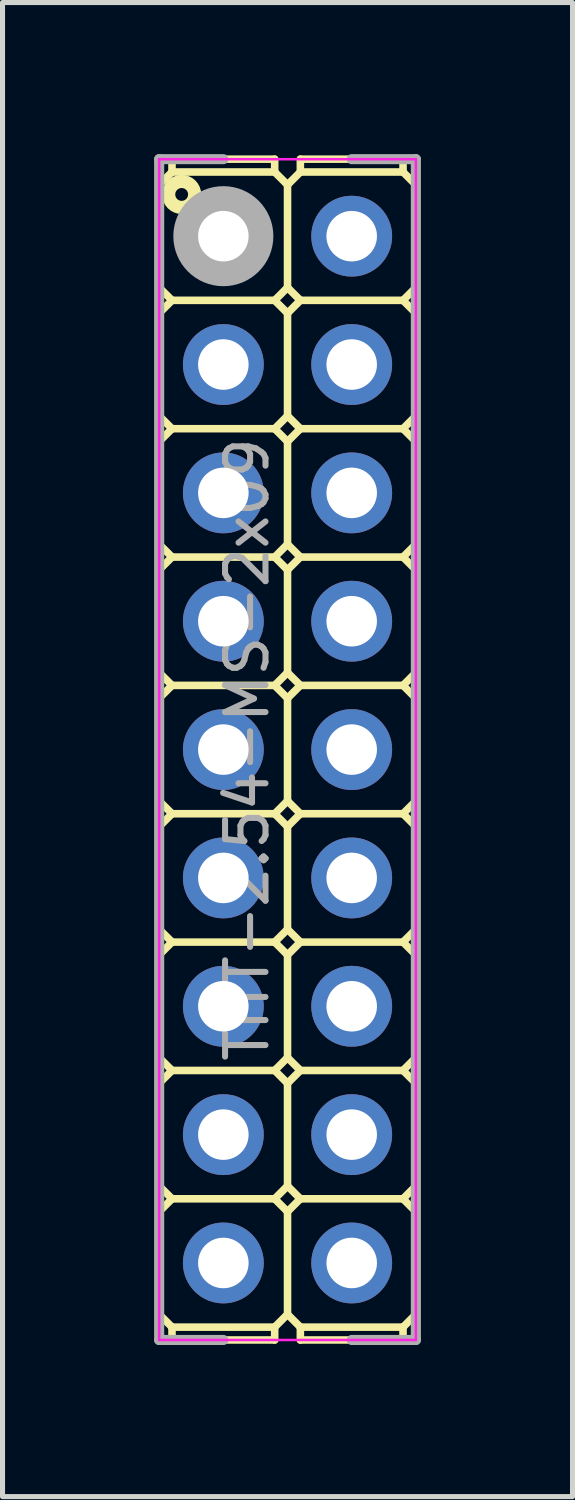
<source format=kicad_pcb>
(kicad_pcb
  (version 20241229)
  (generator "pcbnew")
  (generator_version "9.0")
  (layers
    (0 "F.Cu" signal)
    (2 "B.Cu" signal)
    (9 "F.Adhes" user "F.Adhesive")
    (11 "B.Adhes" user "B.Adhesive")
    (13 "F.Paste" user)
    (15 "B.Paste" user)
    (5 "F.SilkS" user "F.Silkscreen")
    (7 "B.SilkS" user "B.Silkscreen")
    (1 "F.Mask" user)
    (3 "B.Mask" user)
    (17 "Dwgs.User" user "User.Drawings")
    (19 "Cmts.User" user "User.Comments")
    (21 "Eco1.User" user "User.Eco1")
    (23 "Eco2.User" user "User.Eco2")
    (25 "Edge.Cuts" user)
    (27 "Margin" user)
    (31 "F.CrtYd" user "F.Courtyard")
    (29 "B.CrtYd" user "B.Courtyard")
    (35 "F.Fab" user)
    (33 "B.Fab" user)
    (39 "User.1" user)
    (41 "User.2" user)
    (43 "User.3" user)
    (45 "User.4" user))
  (footprint "THT-2.54-MS-2x09"
    (layer "F.Cu")
    (at 2.64 11.784)
    (property "Reference" "THT-2.54-MS-2x09" (at -0.8 0 270) (layer "F.Fab") (effects (font (size 0.8 0.8) (thickness 0.12))))
    (attr through_hole)
    (fp_line (start -2.54 -11.176) (end -2.54 -9.144) (stroke (width 0.15) (type solid)) (layer "F.SilkS"))
    (fp_line (start -2.54 -11.176) (end -2.286 -11.43) (stroke (width 0.15) (type solid)) (layer "F.SilkS"))
    (fp_line (start -2.54 -9.144) (end -2.286 -8.89) (stroke (width 0.15) (type solid)) (layer "F.SilkS"))
    (fp_line (start -2.54 -8.636) (end -2.54 -6.604) (stroke (width 0.15) (type solid)) (layer "F.SilkS"))
    (fp_line (start -2.54 -6.604) (end -2.286 -6.35) (stroke (width 0.15) (type solid)) (layer "F.SilkS"))
    (fp_line (start -2.54 -6.096) (end -2.54 -4.064) (stroke (width 0.15) (type solid)) (layer "F.SilkS"))
    (fp_line (start -2.54 -4.064) (end -2.286 -3.81) (stroke (width 0.15) (type solid)) (layer "F.SilkS"))
    (fp_line (start -2.54 -3.556) (end -2.54 -1.524) (stroke (width 0.15) (type solid)) (layer "F.SilkS"))
    (fp_line (start -2.54 -1.524) (end -2.286 -1.27) (stroke (width 0.15) (type solid)) (layer "F.SilkS"))
    (fp_line (start -2.54 -1.016) (end -2.54 1.016) (stroke (width 0.15) (type solid)) (layer "F.SilkS"))
    (fp_line (start -2.54 1.016) (end -2.286 1.27) (stroke (width 0.15) (type solid)) (layer "F.SilkS"))
    (fp_line (start -2.54 1.524) (end -2.54 3.556) (stroke (width 0.15) (type solid)) (layer "F.SilkS"))
    (fp_line (start -2.54 3.556) (end -2.286 3.81) (stroke (width 0.15) (type solid)) (layer "F.SilkS"))
    (fp_line (start -2.54 4.064) (end -2.54 6.096) (stroke (width 0.15) (type solid)) (layer "F.SilkS"))
    (fp_line (start -2.54 6.096) (end -2.286 6.35) (stroke (width 0.15) (type solid)) (layer "F.SilkS"))
    (fp_line (start -2.54 6.604) (end -2.54 8.636) (stroke (width 0.15) (type solid)) (layer "F.SilkS"))
    (fp_line (start -2.54 8.636) (end -2.286 8.89) (stroke (width 0.15) (type solid)) (layer "F.SilkS"))
    (fp_line (start -2.54 9.144) (end -2.54 11.176) (stroke (width 0.15) (type solid)) (layer "F.SilkS"))
    (fp_line (start -2.54 11.176) (end -2.286 11.43) (stroke (width 0.15) (type solid)) (layer "F.SilkS"))
    (fp_line (start -2.286 -11.684) (end -0.254 -11.684) (stroke (width 0.15) (type solid)) (layer "F.SilkS"))
    (fp_line (start -2.286 -11.43) (end -2.286 -11.684) (stroke (width 0.15) (type solid)) (layer "F.SilkS"))
    (fp_line (start -2.286 -11.43) (end -0.254 -11.43) (stroke (width 0.15) (type solid)) (layer "F.SilkS"))
    (fp_line (start -2.286 -8.89) (end -2.54 -8.636) (stroke (width 0.15) (type solid)) (layer "F.SilkS"))
    (fp_line (start -2.286 -6.35) (end -2.54 -6.096) (stroke (width 0.15) (type solid)) (layer "F.SilkS"))
    (fp_line (start -2.286 -6.35) (end -0.254 -6.35) (stroke (width 0.15) (type solid)) (layer "F.SilkS"))
    (fp_line (start -2.286 -3.81) (end -2.54 -3.556) (stroke (width 0.15) (type solid)) (layer "F.SilkS"))
    (fp_line (start -2.286 -1.27) (end -2.54 -1.016) (stroke (width 0.15) (type solid)) (layer "F.SilkS"))
    (fp_line (start -2.286 1.27) (end -2.54 1.524) (stroke (width 0.15) (type solid)) (layer "F.SilkS"))
    (fp_line (start -2.286 3.81) (end -2.54 4.064) (stroke (width 0.15) (type solid)) (layer "F.SilkS"))
    (fp_line (start -2.286 6.35) (end -2.54 6.604) (stroke (width 0.15) (type solid)) (layer "F.SilkS"))
    (fp_line (start -2.286 8.89) (end -2.54 9.144) (stroke (width 0.15) (type solid)) (layer "F.SilkS"))
    (fp_line (start -2.286 11.43) (end -2.286 11.684) (stroke (width 0.15) (type solid)) (layer "F.SilkS"))
    (fp_line (start -2.286 11.684) (end -0.254 11.684) (stroke (width 0.15) (type solid)) (layer "F.SilkS"))
    (fp_line (start -0.254 -11.684) (end -0.254 -11.43) (stroke (width 0.15) (type solid)) (layer "F.SilkS"))
    (fp_line (start -0.254 -11.43) (end 0 -11.176) (stroke (width 0.15) (type solid)) (layer "F.SilkS"))
    (fp_line (start -0.254 -8.89) (end -2.286 -8.89) (stroke (width 0.15) (type solid)) (layer "F.SilkS"))
    (fp_line (start -0.254 -6.35) (end 0 -6.604) (stroke (width 0.15) (type solid)) (layer "F.SilkS"))
    (fp_line (start -0.254 -3.81) (end -2.286 -3.81) (stroke (width 0.15) (type solid)) (layer "F.SilkS"))
    (fp_line (start -0.254 -3.81) (end 0 -4.064) (stroke (width 0.15) (type solid)) (layer "F.SilkS"))
    (fp_line (start -0.254 -1.27) (end -2.286 -1.27) (stroke (width 0.15) (type solid)) (layer "F.SilkS"))
    (fp_line (start -0.254 -1.27) (end 0 -1.524) (stroke (width 0.15) (type solid)) (layer "F.SilkS"))
    (fp_line (start -0.254 1.27) (end -2.286 1.27) (stroke (width 0.15) (type solid)) (layer "F.SilkS"))
    (fp_line (start -0.254 1.27) (end 0 1.016) (stroke (width 0.15) (type solid)) (layer "F.SilkS"))
    (fp_line (start -0.254 3.81) (end -2.286 3.81) (stroke (width 0.15) (type solid)) (layer "F.SilkS"))
    (fp_line (start -0.254 3.81) (end 0 3.556) (stroke (width 0.15) (type solid)) (layer "F.SilkS"))
    (fp_line (start -0.254 6.35) (end -2.286 6.35) (stroke (width 0.15) (type solid)) (layer "F.SilkS"))
    (fp_line (start -0.254 6.35) (end 0 6.096) (stroke (width 0.15) (type solid)) (layer "F.SilkS"))
    (fp_line (start -0.254 8.89) (end -2.286 8.89) (stroke (width 0.15) (type solid)) (layer "F.SilkS"))
    (fp_line (start -0.254 8.89) (end 0 8.636) (stroke (width 0.15) (type solid)) (layer "F.SilkS"))
    (fp_line (start -0.254 11.43) (end -2.286 11.43) (stroke (width 0.15) (type solid)) (layer "F.SilkS"))
    (fp_line (start -0.254 11.43) (end 0 11.176) (stroke (width 0.15) (type solid)) (layer "F.SilkS"))
    (fp_line (start -0.254 11.684) (end -0.254 11.43) (stroke (width 0.15) (type solid)) (layer "F.SilkS"))
    (fp_line (start 0 -11.176) (end 0 -9.144) (stroke (width 0.15) (type solid)) (layer "F.SilkS"))
    (fp_line (start 0 -11.176) (end 0.254 -11.43) (stroke (width 0.15) (type solid)) (layer "F.SilkS"))
    (fp_line (start 0 -9.144) (end -0.254 -8.89) (stroke (width 0.15) (type solid)) (layer "F.SilkS"))
    (fp_line (start 0 -9.144) (end 0.254 -8.89) (stroke (width 0.15) (type solid)) (layer "F.SilkS"))
    (fp_line (start 0 -8.636) (end -0.254 -8.89) (stroke (width 0.15) (type solid)) (layer "F.SilkS"))
    (fp_line (start 0 -6.604) (end 0 -8.636) (stroke (width 0.15) (type solid)) (layer "F.SilkS"))
    (fp_line (start 0 -6.604) (end 0.254 -6.35) (stroke (width 0.15) (type solid)) (layer "F.SilkS"))
    (fp_line (start 0 -6.096) (end -0.254 -6.35) (stroke (width 0.15) (type solid)) (layer "F.SilkS"))
    (fp_line (start 0 -4.064) (end 0 -6.096) (stroke (width 0.15) (type solid)) (layer "F.SilkS"))
    (fp_line (start 0 -4.064) (end 0.254 -3.81) (stroke (width 0.15) (type solid)) (layer "F.SilkS"))
    (fp_line (start 0 -3.556) (end -0.254 -3.81) (stroke (width 0.15) (type solid)) (layer "F.SilkS"))
    (fp_line (start 0 -1.524) (end 0 -3.556) (stroke (width 0.15) (type solid)) (layer "F.SilkS"))
    (fp_line (start 0 -1.524) (end 0.254 -1.27) (stroke (width 0.15) (type solid)) (layer "F.SilkS"))
    (fp_line (start 0 -1.016) (end -0.254 -1.27) (stroke (width 0.15) (type solid)) (layer "F.SilkS"))
    (fp_line (start 0 1.016) (end 0 -1.016) (stroke (width 0.15) (type solid)) (layer "F.SilkS"))
    (fp_line (start 0 1.016) (end 0.254 1.27) (stroke (width 0.15) (type solid)) (layer "F.SilkS"))
    (fp_line (start 0 1.524) (end -0.254 1.27) (stroke (width 0.15) (type solid)) (layer "F.SilkS"))
    (fp_line (start 0 3.556) (end 0 1.524) (stroke (width 0.15) (type solid)) (layer "F.SilkS"))
    (fp_line (start 0 3.556) (end 0.254 3.81) (stroke (width 0.15) (type solid)) (layer "F.SilkS"))
    (fp_line (start 0 4.064) (end -0.254 3.81) (stroke (width 0.15) (type solid)) (layer "F.SilkS"))
    (fp_line (start 0 6.096) (end 0 4.064) (stroke (width 0.15) (type solid)) (layer "F.SilkS"))
    (fp_line (start 0 6.096) (end 0.254 6.35) (stroke (width 0.15) (type solid)) (layer "F.SilkS"))
    (fp_line (start 0 6.604) (end -0.254 6.35) (stroke (width 0.15) (type solid)) (layer "F.SilkS"))
    (fp_line (start 0 8.636) (end 0 6.604) (stroke (width 0.15) (type solid)) (layer "F.SilkS"))
    (fp_line (start 0 8.636) (end 0.254 8.89) (stroke (width 0.15) (type solid)) (layer "F.SilkS"))
    (fp_line (start 0 9.144) (end -0.254 8.89) (stroke (width 0.15) (type solid)) (layer "F.SilkS"))
    (fp_line (start 0 11.176) (end 0 9.144) (stroke (width 0.15) (type solid)) (layer "F.SilkS"))
    (fp_line (start 0 11.176) (end 0.254 11.43) (stroke (width 0.15) (type solid)) (layer "F.SilkS"))
    (fp_line (start 0.254 -11.684) (end 2.286 -11.684) (stroke (width 0.15) (type solid)) (layer "F.SilkS"))
    (fp_line (start 0.254 -11.43) (end 0.254 -11.684) (stroke (width 0.15) (type solid)) (layer "F.SilkS"))
    (fp_line (start 0.254 -11.43) (end 2.286 -11.43) (stroke (width 0.15) (type solid)) (layer "F.SilkS"))
    (fp_line (start 0.254 -8.89) (end 0 -8.636) (stroke (width 0.15) (type solid)) (layer "F.SilkS"))
    (fp_line (start 0.254 -6.35) (end 0 -6.096) (stroke (width 0.15) (type solid)) (layer "F.SilkS"))
    (fp_line (start 0.254 -6.35) (end 2.286 -6.35) (stroke (width 0.15) (type solid)) (layer "F.SilkS"))
    (fp_line (start 0.254 -3.81) (end 0 -3.556) (stroke (width 0.15) (type solid)) (layer "F.SilkS"))
    (fp_line (start 0.254 -1.27) (end 0 -1.016) (stroke (width 0.15) (type solid)) (layer "F.SilkS"))
    (fp_line (start 0.254 1.27) (end 0 1.524) (stroke (width 0.15) (type solid)) (layer "F.SilkS"))
    (fp_line (start 0.254 3.81) (end 0 4.064) (stroke (width 0.15) (type solid)) (layer "F.SilkS"))
    (fp_line (start 0.254 6.35) (end 0 6.604) (stroke (width 0.15) (type solid)) (layer "F.SilkS"))
    (fp_line (start 0.254 8.89) (end 0 9.144) (stroke (width 0.15) (type solid)) (layer "F.SilkS"))
    (fp_line (start 0.254 11.43) (end 0.254 11.684) (stroke (width 0.15) (type solid)) (layer "F.SilkS"))
    (fp_line (start 0.254 11.684) (end 2.286 11.684) (stroke (width 0.15) (type solid)) (layer "F.SilkS"))
    (fp_line (start 2.286 -11.684) (end 2.286 -11.43) (stroke (width 0.15) (type solid)) (layer "F.SilkS"))
    (fp_line (start 2.286 -11.43) (end 2.54 -11.176) (stroke (width 0.15) (type solid)) (layer "F.SilkS"))
    (fp_line (start 2.286 -8.89) (end 0.254 -8.89) (stroke (width 0.15) (type solid)) (layer "F.SilkS"))
    (fp_line (start 2.286 -6.35) (end 2.54 -6.604) (stroke (width 0.15) (type solid)) (layer "F.SilkS"))
    (fp_line (start 2.286 -3.81) (end 0.254 -3.81) (stroke (width 0.15) (type solid)) (layer "F.SilkS"))
    (fp_line (start 2.286 -3.81) (end 2.54 -4.064) (stroke (width 0.15) (type solid)) (layer "F.SilkS"))
    (fp_line (start 2.286 -1.27) (end 0.254 -1.27) (stroke (width 0.15) (type solid)) (layer "F.SilkS"))
    (fp_line (start 2.286 -1.27) (end 2.54 -1.524) (stroke (width 0.15) (type solid)) (layer "F.SilkS"))
    (fp_line (start 2.286 1.27) (end 0.254 1.27) (stroke (width 0.15) (type solid)) (layer "F.SilkS"))
    (fp_line (start 2.286 1.27) (end 2.54 1.016) (stroke (width 0.15) (type solid)) (layer "F.SilkS"))
    (fp_line (start 2.286 3.81) (end 0.254 3.81) (stroke (width 0.15) (type solid)) (layer "F.SilkS"))
    (fp_line (start 2.286 3.81) (end 2.54 3.556) (stroke (width 0.15) (type solid)) (layer "F.SilkS"))
    (fp_line (start 2.286 6.35) (end 0.254 6.35) (stroke (width 0.15) (type solid)) (layer "F.SilkS"))
    (fp_line (start 2.286 6.35) (end 2.54 6.096) (stroke (width 0.15) (type solid)) (layer "F.SilkS"))
    (fp_line (start 2.286 8.89) (end 0.254 8.89) (stroke (width 0.15) (type solid)) (layer "F.SilkS"))
    (fp_line (start 2.286 8.89) (end 2.54 8.636) (stroke (width 0.15) (type solid)) (layer "F.SilkS"))
    (fp_line (start 2.286 11.43) (end 0.254 11.43) (stroke (width 0.15) (type solid)) (layer "F.SilkS"))
    (fp_line (start 2.286 11.43) (end 2.54 11.176) (stroke (width 0.15) (type solid)) (layer "F.SilkS"))
    (fp_line (start 2.286 11.684) (end 2.286 11.43) (stroke (width 0.15) (type solid)) (layer "F.SilkS"))
    (fp_line (start 2.54 -11.176) (end 2.54 -9.144) (stroke (width 0.15) (type solid)) (layer "F.SilkS"))
    (fp_line (start 2.54 -9.144) (end 2.286 -8.89) (stroke (width 0.15) (type solid)) (layer "F.SilkS"))
    (fp_line (start 2.54 -8.636) (end 2.286 -8.89) (stroke (width 0.15) (type solid)) (layer "F.SilkS"))
    (fp_line (start 2.54 -6.604) (end 2.54 -8.636) (stroke (width 0.15) (type solid)) (layer "F.SilkS"))
    (fp_line (start 2.54 -6.096) (end 2.286 -6.35) (stroke (width 0.15) (type solid)) (layer "F.SilkS"))
    (fp_line (start 2.54 -4.064) (end 2.54 -6.096) (stroke (width 0.15) (type solid)) (layer "F.SilkS"))
    (fp_line (start 2.54 -3.556) (end 2.286 -3.81) (stroke (width 0.15) (type solid)) (layer "F.SilkS"))
    (fp_line (start 2.54 -1.524) (end 2.54 -3.556) (stroke (width 0.15) (type solid)) (layer "F.SilkS"))
    (fp_line (start 2.54 -1.016) (end 2.286 -1.27) (stroke (width 0.15) (type solid)) (layer "F.SilkS"))
    (fp_line (start 2.54 1.016) (end 2.54 -1.016) (stroke (width 0.15) (type solid)) (layer "F.SilkS"))
    (fp_line (start 2.54 1.524) (end 2.286 1.27) (stroke (width 0.15) (type solid)) (layer "F.SilkS"))
    (fp_line (start 2.54 3.556) (end 2.54 1.524) (stroke (width 0.15) (type solid)) (layer "F.SilkS"))
    (fp_line (start 2.54 4.064) (end 2.286 3.81) (stroke (width 0.15) (type solid)) (layer "F.SilkS"))
    (fp_line (start 2.54 6.096) (end 2.54 4.064) (stroke (width 0.15) (type solid)) (layer "F.SilkS"))
    (fp_line (start 2.54 6.604) (end 2.286 6.35) (stroke (width 0.15) (type solid)) (layer "F.SilkS"))
    (fp_line (start 2.54 8.636) (end 2.54 6.604) (stroke (width 0.15) (type solid)) (layer "F.SilkS"))
    (fp_line (start 2.54 9.144) (end 2.286 8.89) (stroke (width 0.15) (type solid)) (layer "F.SilkS"))
    (fp_line (start 2.54 11.176) (end 2.54 9.144) (stroke (width 0.15) (type solid)) (layer "F.SilkS"))
    (fp_circle (center -2.095 -10.986) (end -1.968 -10.986) (stroke (width 0.26) (type solid)) (fill no) (layer "F.SilkS"))
    (fp_line (start -2.54 -11.684) (end 2.54 -11.684) (stroke (width 0.05) (type solid)) (layer "F.CrtYd"))
    (fp_line (start -2.54 11.684) (end -2.54 -11.684) (stroke (width 0.05) (type solid)) (layer "F.CrtYd"))
    (fp_line (start 2.54 -11.684) (end 2.54 11.684) (stroke (width 0.05) (type solid)) (layer "F.CrtYd"))
    (fp_line (start 2.54 11.684) (end -2.54 11.684) (stroke (width 0.05) (type solid)) (layer "F.CrtYd"))
    (fp_line (start -2.54 -11.684) (end -2.54 11.684) (stroke (width 0.2) (type solid)) (layer "F.Fab"))
    (fp_line (start -2.54 -11.684) (end -1.27 -11.684) (stroke (width 0.2) (type solid)) (layer "F.Fab"))
    (fp_line (start -2.54 11.684) (end -1.27 11.684) (stroke (width 0.2) (type solid)) (layer "F.Fab"))
    (fp_line (start 1.27 -11.684) (end 2.54 -11.684) (stroke (width 0.2) (type solid)) (layer "F.Fab"))
    (fp_line (start 1.27 11.684) (end 2.54 11.684) (stroke (width 0.2) (type solid)) (layer "F.Fab"))
    (fp_line (start 2.54 11.684) (end 2.54 -11.684) (stroke (width 0.2) (type solid)) (layer "F.Fab"))
    (fp_circle (center -1.27 -10.16) (end -1.27 -9.97) (stroke (width 0.8) (type solid)) (fill no) (layer "F.Fab"))
    (pad "1" thru_hole circle (at -1.27 -10.16) (size 1.6 1.6) (drill 1) (layers "*.Cu" "*.Mask"))
    (pad "2" thru_hole circle (at 1.27 -10.16) (size 1.6 1.6) (drill 1) (layers "*.Cu" "*.Mask"))
    (pad "3" thru_hole circle (at -1.27 -7.62) (size 1.6 1.6) (drill 1) (layers "*.Cu" "*.Mask"))
    (pad "4" thru_hole circle (at 1.27 -7.62) (size 1.6 1.6) (drill 1) (layers "*.Cu" "*.Mask"))
    (pad "5" thru_hole circle (at -1.27 -5.08) (size 1.6 1.6) (drill 1) (layers "*.Cu" "*.Mask"))
    (pad "6" thru_hole circle (at 1.27 -5.08) (size 1.6 1.6) (drill 1) (layers "*.Cu" "*.Mask"))
    (pad "7" thru_hole circle (at -1.27 -2.54) (size 1.6 1.6) (drill 1) (layers "*.Cu" "*.Mask"))
    (pad "8" thru_hole circle (at 1.27 -2.54) (size 1.6 1.6) (drill 1) (layers "*.Cu" "*.Mask"))
    (pad "9" thru_hole circle (at -1.27 0) (size 1.6 1.6) (drill 1) (layers "*.Cu" "*.Mask"))
    (pad "10" thru_hole circle (at 1.27 0) (size 1.6 1.6) (drill 1) (layers "*.Cu" "*.Mask"))
    (pad "11" thru_hole circle (at -1.27 2.54) (size 1.6 1.6) (drill 1) (layers "*.Cu" "*.Mask"))
    (pad "12" thru_hole circle (at 1.27 2.54) (size 1.6 1.6) (drill 1) (layers "*.Cu" "*.Mask"))
    (pad "13" thru_hole circle (at -1.27 5.08) (size 1.6 1.6) (drill 1) (layers "*.Cu" "*.Mask"))
    (pad "14" thru_hole circle (at 1.27 5.08) (size 1.6 1.6) (drill 1) (layers "*.Cu" "*.Mask"))
    (pad "15" thru_hole circle (at -1.27 7.62) (size 1.6 1.6) (drill 1) (layers "*.Cu" "*.Mask"))
    (pad "16" thru_hole circle (at 1.27 7.62) (size 1.6 1.6) (drill 1) (layers "*.Cu" "*.Mask"))
    (pad "17" thru_hole circle (at -1.27 10.16) (size 1.6 1.6) (drill 1) (layers "*.Cu" "*.Mask"))
    (pad "18" thru_hole circle (at 1.27 10.16) (size 1.6 1.6) (drill 1) (layers "*.Cu" "*.Mask")))
  (gr_rect
    (start -3 -3)
    (end 8.28 26.568)
    (stroke (width 0.1) (type default))
    (fill no)
    (layer "Edge.Cuts")))
</source>
